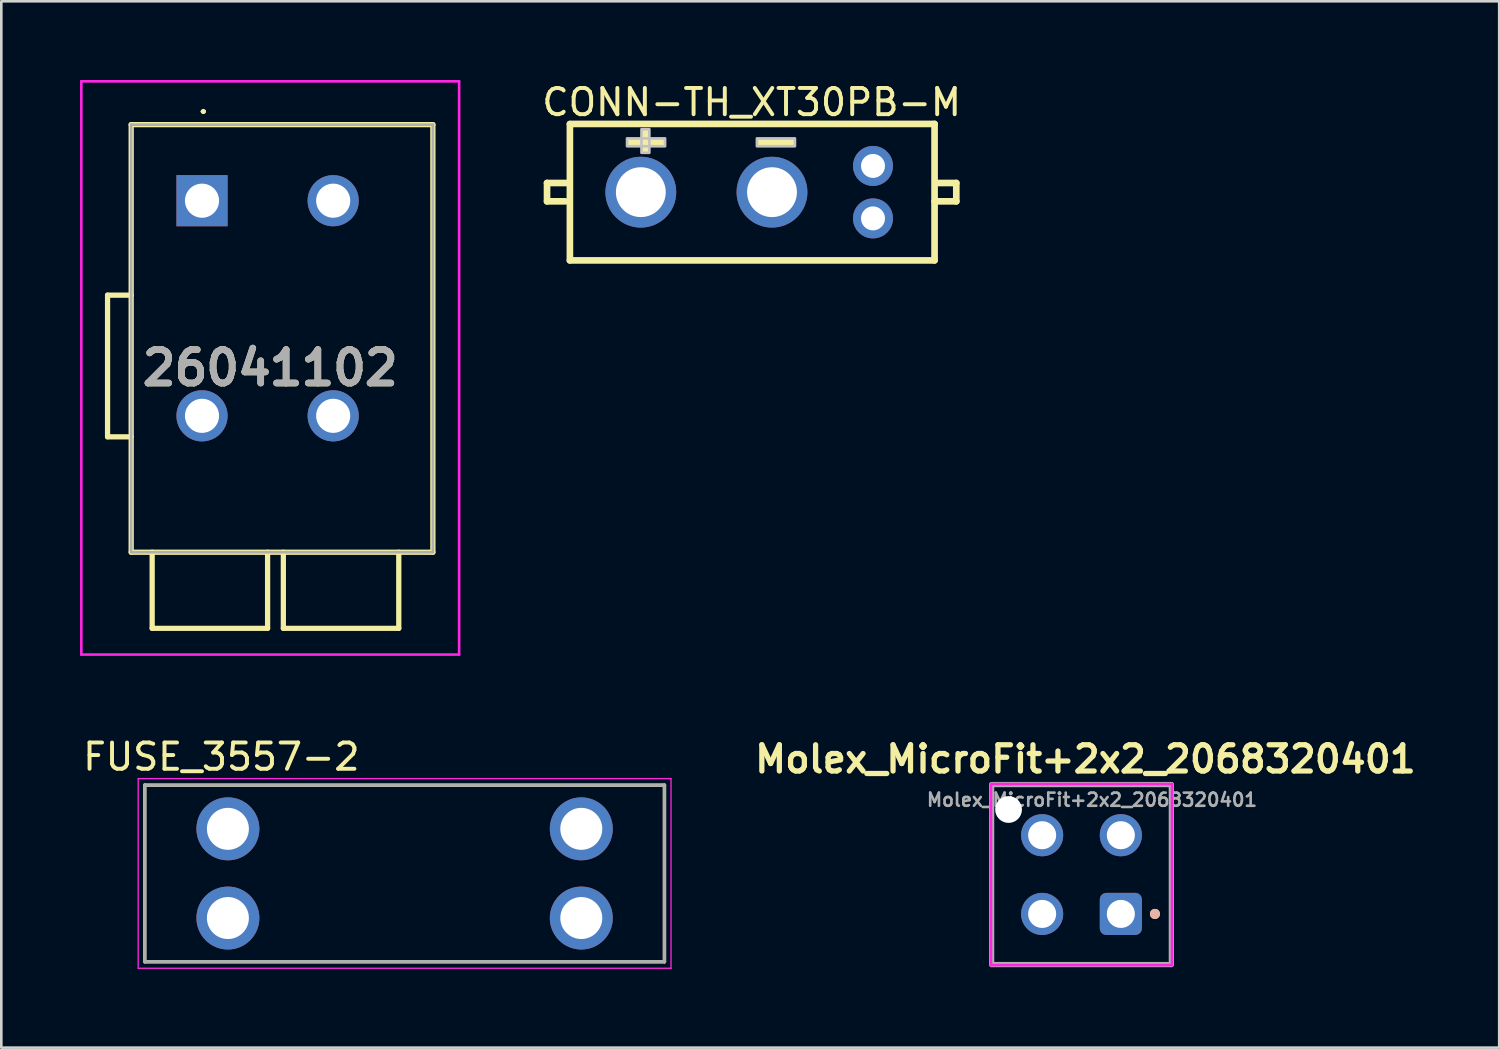
<source format=kicad_pcb>
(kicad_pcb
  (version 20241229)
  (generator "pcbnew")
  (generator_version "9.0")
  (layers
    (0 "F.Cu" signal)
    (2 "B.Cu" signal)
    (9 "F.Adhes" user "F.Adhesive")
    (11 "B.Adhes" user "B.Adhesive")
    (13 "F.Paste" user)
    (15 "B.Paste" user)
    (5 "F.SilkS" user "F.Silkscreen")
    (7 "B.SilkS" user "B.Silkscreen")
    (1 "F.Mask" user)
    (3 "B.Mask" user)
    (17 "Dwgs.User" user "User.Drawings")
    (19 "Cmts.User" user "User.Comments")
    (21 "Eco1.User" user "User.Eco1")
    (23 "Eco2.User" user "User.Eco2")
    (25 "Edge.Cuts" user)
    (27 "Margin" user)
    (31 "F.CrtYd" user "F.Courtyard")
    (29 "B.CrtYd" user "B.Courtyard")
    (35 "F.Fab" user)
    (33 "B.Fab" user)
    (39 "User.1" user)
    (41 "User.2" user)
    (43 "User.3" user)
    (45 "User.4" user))
  (footprint "FUSE_3557-2"
    (layer "F.Cu")
    (at 12.372 30.243)
    (property "Reference" "FUSE_3557-2" (at -6.985 -4.445 0) (layer "F.SilkS") (effects (font (size 1 1) (thickness 0.15))))
    (attr through_hole)
    (fp_line (start -9.905 -3.365) (end -9.905 3.365) (stroke (width 0.127) (type solid)) (layer "F.SilkS"))
    (fp_line (start -9.905 3.365) (end 9.905 3.365) (stroke (width 0.127) (type solid)) (layer "F.SilkS"))
    (fp_line (start 9.905 -3.365) (end -9.905 -3.365) (stroke (width 0.127) (type solid)) (layer "F.SilkS"))
    (fp_line (start 9.905 3.365) (end 9.905 -3.365) (stroke (width 0.127) (type solid)) (layer "F.SilkS"))
    (fp_line (start -10.155 -3.615) (end 10.155 -3.615) (stroke (width 0.05) (type solid)) (layer "F.CrtYd"))
    (fp_line (start -10.155 3.615) (end -10.155 -3.615) (stroke (width 0.05) (type solid)) (layer "F.CrtYd"))
    (fp_line (start 10.155 -3.615) (end 10.155 3.615) (stroke (width 0.05) (type solid)) (layer "F.CrtYd"))
    (fp_line (start 10.155 3.615) (end -10.155 3.615) (stroke (width 0.05) (type solid)) (layer "F.CrtYd"))
    (fp_line (start -9.905 -3.365) (end -9.905 3.365) (stroke (width 0.127) (type solid)) (layer "F.Fab"))
    (fp_line (start -9.905 3.365) (end 9.905 3.365) (stroke (width 0.127) (type solid)) (layer "F.Fab"))
    (fp_line (start 9.905 -3.365) (end -9.905 -3.365) (stroke (width 0.127) (type solid)) (layer "F.Fab"))
    (fp_line (start 9.905 3.365) (end 9.905 -3.365) (stroke (width 0.127) (type solid)) (layer "F.Fab"))
    (pad "1_1" thru_hole circle (at -6.735 -1.7) (size 2.4 2.4) (drill 1.6) (layers "*.Cu" "*.Mask"))
    (pad "1_2" thru_hole circle (at -6.735 1.7) (size 2.4 2.4) (drill 1.6) (layers "*.Cu" "*.Mask"))
    (pad "2_1" thru_hole circle (at 6.735 -1.7) (size 2.4 2.4) (drill 1.6) (layers "*.Cu" "*.Mask"))
    (pad "2_2" thru_hole circle (at 6.735 1.7) (size 2.4 2.4) (drill 1.6) (layers "*.Cu" "*.Mask")))
  (footprint "26041102"
    (layer "F.Cu")
    (at 4.65 4.6)
    (property "Reference" "26041102" (at 2.6 6.375 0) (layer "F.SilkS") (effects (font (size 1.27 1.27) (thickness 0.254))))
    (attr through_hole)
    (fp_line (start -3.6 3.6) (end -3.6 9) (stroke (width 0.2) (type solid)) (layer "F.SilkS"))
    (fp_line (start -3.6 9) (end -2.7 9) (stroke (width 0.2) (type solid)) (layer "F.SilkS"))
    (fp_line (start -2.7 -2.9) (end 8.8 -2.9) (stroke (width 0.2) (type solid)) (layer "F.SilkS"))
    (fp_line (start -2.7 3.6) (end -3.6 3.6) (stroke (width 0.2) (type solid)) (layer "F.SilkS"))
    (fp_line (start -2.7 13.4) (end -2.7 -2.9) (stroke (width 0.2) (type solid)) (layer "F.SilkS"))
    (fp_line (start -1.9 13.4) (end -1.9 16.3) (stroke (width 0.2) (type solid)) (layer "F.SilkS"))
    (fp_line (start -1.9 16.3) (end 2.5 16.3) (stroke (width 0.2) (type solid)) (layer "F.SilkS"))
    (fp_line (start 0 -3.4) (end 0 -3.4) (stroke (width 0.1) (type solid)) (layer "F.SilkS"))
    (fp_line (start 0.1 -3.4) (end 0.1 -3.4) (stroke (width 0.1) (type solid)) (layer "F.SilkS"))
    (fp_line (start 2.5 16.3) (end 2.5 13.4) (stroke (width 0.2) (type solid)) (layer "F.SilkS"))
    (fp_line (start 3.1 13.4) (end 3.1 16.3) (stroke (width 0.2) (type solid)) (layer "F.SilkS"))
    (fp_line (start 3.1 16.3) (end 7.5 16.3) (stroke (width 0.2) (type solid)) (layer "F.SilkS"))
    (fp_line (start 7.5 16.3) (end 7.5 13.4) (stroke (width 0.2) (type solid)) (layer "F.SilkS"))
    (fp_line (start 8.8 -2.9) (end 8.8 13.4) (stroke (width 0.2) (type solid)) (layer "F.SilkS"))
    (fp_line (start 8.8 13.4) (end -2.7 13.4) (stroke (width 0.2) (type solid)) (layer "F.SilkS"))
    (fp_arc (start 0 -3.4) (mid 0.05 -3.45) (end 0.1 -3.4) (stroke (width 0.1) (type solid)) (layer "F.SilkS"))
    (fp_arc (start 0.1 -3.4) (mid 0.05 -3.35) (end 0 -3.4) (stroke (width 0.1) (type solid)) (layer "F.SilkS"))
    (fp_line (start -4.6 -4.55) (end 9.8 -4.55) (stroke (width 0.1) (type solid)) (layer "F.CrtYd"))
    (fp_line (start -4.6 17.3) (end -4.6 -4.55) (stroke (width 0.1) (type solid)) (layer "F.CrtYd"))
    (fp_line (start 9.8 -4.55) (end 9.8 17.3) (stroke (width 0.1) (type solid)) (layer "F.CrtYd"))
    (fp_line (start 9.8 17.3) (end -4.6 17.3) (stroke (width 0.1) (type solid)) (layer "F.CrtYd"))
    (fp_line (start -2.7 -2.9) (end 8.8 -2.9) (stroke (width 0.1) (type solid)) (layer "F.Fab"))
    (fp_line (start -2.7 13.4) (end -2.7 -2.9) (stroke (width 0.1) (type solid)) (layer "F.Fab"))
    (fp_line (start 8.8 -2.9) (end 8.8 13.4) (stroke (width 0.1) (type solid)) (layer "F.Fab"))
    (fp_line (start 8.8 13.4) (end -2.7 13.4) (stroke (width 0.1) (type solid)) (layer "F.Fab"))
    (fp_text user "${REFERENCE}" (at 2.6 6.375 0) (layer "F.Fab") (effects (font (size 1.27 1.27) (thickness 0.254))))
    (pad "1" thru_hole rect (at 0 0) (size 1.95 1.95) (drill 1.3) (layers "*.Cu" "*.Mask"))
    (pad "2" thru_hole circle (at 0 8.2) (size 1.95 1.95) (drill 1.3) (layers "*.Cu" "*.Mask"))
    (pad "3" thru_hole circle (at 5 0) (size 1.95 1.95) (drill 1.3) (layers "*.Cu" "*.Mask"))
    (pad "4" thru_hole circle (at 5 8.2) (size 1.95 1.95) (drill 1.3) (layers "*.Cu" "*.Mask")))
  (footprint "CONN-TH_XT30PB-M"
    (layer "F.Cu")
    (at 25.801 4.275)
    (property "Reference" "CONN-TH_XT30PB-M" (at -0.2 -3.427 0) (layer "F.SilkS") (effects (font (size 1 1) (thickness 0.15))))
    (fp_line (start -8 -0.35) (end -7.172 -0.35) (stroke (width 0.254) (type default)) (layer "F.SilkS"))
    (fp_line (start -8 0.35) (end -8 -0.35) (stroke (width 0.254) (type default)) (layer "F.SilkS"))
    (fp_line (start -7.3 0.35) (end -8 0.35) (stroke (width 0.254) (type default)) (layer "F.SilkS"))
    (fp_line (start -7.128 -2.6) (end 6.772 -2.6) (stroke (width 0.254) (type default)) (layer "F.SilkS"))
    (fp_line (start -7.128 2.6) (end -7.128 -2.593) (stroke (width 0.254) (type default)) (layer "F.SilkS"))
    (fp_line (start 6.772 -2.6) (end 6.772 2.6) (stroke (width 0.254) (type default)) (layer "F.SilkS"))
    (fp_line (start 6.772 2.6) (end -7.128 2.6) (stroke (width 0.254) (type default)) (layer "F.SilkS"))
    (fp_line (start 6.9 -0.35) (end 7.6 -0.35) (stroke (width 0.254) (type default)) (layer "F.SilkS"))
    (fp_line (start 7.6 -0.35) (end 7.6 0.35) (stroke (width 0.254) (type default)) (layer "F.SilkS"))
    (fp_line (start 7.6 0.35) (end 6.772 0.35) (stroke (width 0.254) (type default)) (layer "F.SilkS"))
    (fp_poly (pts (xy -4.95 -2.05) (xy -4.95 -1.75) (xy -3.5 -1.75) (xy -3.5 -2.05)) (stroke (width 0) (type default)) (fill yes) (layer "F.SilkS"))
    (fp_poly (pts (xy -4.4 -1.5) (xy -4.1 -1.5) (xy -4.1 -2.4) (xy -4.4 -2.4)) (stroke (width 0) (type default)) (fill yes) (layer "F.SilkS"))
    (fp_poly (pts (xy 0 -2.05) (xy 0 -1.75) (xy 1.45 -1.75) (xy 1.45 -2.05)) (stroke (width 0) (type default)) (fill yes) (layer "F.SilkS"))
    (fp_poly (pts (xy -4.95 -2.05) (xy -4.95 -1.75) (xy -3.5 -1.75) (xy -3.5 -2.05)) (stroke (width 0.1) (type default)) (fill no) (layer "Dwgs.User"))
    (fp_poly (pts (xy -4.4 -1.5) (xy -4.1 -1.5) (xy -4.1 -2.4) (xy -4.4 -2.4)) (stroke (width 0.1) (type default)) (fill no) (layer "Dwgs.User"))
    (fp_poly (pts (xy 0 -2.05) (xy 0 -1.75) (xy 1.45 -1.75) (xy 1.45 -2.05)) (stroke (width 0.1) (type default)) (fill no) (layer "Dwgs.User"))
    (fp_poly (pts (xy 4.175 -1.25) (xy 4.675 -1.25) (xy 4.675 -0.75) (xy 4.175 -0.75)) (stroke (width 0.1) (type default)) (fill no) (layer "User.1"))
    (fp_poly (pts (xy 4.175 0.75) (xy 4.675 0.75) (xy 4.675 1.25) (xy 4.175 1.25)) (stroke (width 0.1) (type default)) (fill no) (layer "User.1"))
    (fp_poly (pts (xy -3.629 -0.078) (xy -3.659 -0.232) (xy -3.719 -0.377) (xy -3.807 -0.508) (xy -3.917 -0.618) (xy -4.048 -0.706) (xy -4.193 -0.766) (xy -4.347 -0.796) (xy -4.503 -0.796) (xy -4.657 -0.766) (xy -4.802 -0.706) (xy -4.933 -0.618) (xy -5.043 -0.508) (xy -5.131 -0.377) (xy -5.191 -0.232) (xy -5.221 -0.078) (xy -5.221 0.078) (xy -5.191 0.232) (xy -5.131 0.377) (xy -5.043 0.508) (xy -4.933 0.618) (xy -4.802 0.706) (xy -4.657 0.766) (xy -4.503 0.796) (xy -4.347 0.796) (xy -4.193 0.766) (xy -4.048 0.706) (xy -3.917 0.618) (xy -3.807 0.508) (xy -3.719 0.377) (xy -3.659 0.232) (xy -3.629 0.078)) (stroke (width 0.1) (type default)) (fill no) (layer "User.1"))
    (fp_poly (pts (xy 1.371 -0.078) (xy 1.341 -0.232) (xy 1.281 -0.377) (xy 1.193 -0.508) (xy 1.083 -0.618) (xy 0.952 -0.706) (xy 0.807 -0.766) (xy 0.653 -0.796) (xy 0.497 -0.796) (xy 0.343 -0.766) (xy 0.198 -0.706) (xy 0.067 -0.618) (xy -0.043 -0.508) (xy -0.131 -0.377) (xy -0.191 -0.232) (xy -0.221 -0.078) (xy -0.221 0.078) (xy -0.191 0.232) (xy -0.131 0.377) (xy -0.043 0.508) (xy 0.067 0.618) (xy 0.198 0.706) (xy 0.343 0.766) (xy 0.497 0.796) (xy 0.653 0.796) (xy 0.807 0.766) (xy 0.952 0.706) (xy 1.083 0.618) (xy 1.193 0.508) (xy 1.281 0.377) (xy 1.341 0.232) (xy 1.371 0.078)) (stroke (width 0.1) (type default)) (fill no) (layer "User.1"))
    (fp_line (start -7.128 -2.6) (end 6.772 -2.6) (stroke (width 0.051) (type default)) (layer "User.2"))
    (fp_line (start -7.128 2.6) (end -7.128 -2.6) (stroke (width 0.051) (type default)) (layer "User.2"))
    (fp_line (start 6.772 -2.6) (end 6.772 2.6) (stroke (width 0.051) (type default)) (layer "User.2"))
    (fp_line (start 6.772 2.6) (end -7.128 2.6) (stroke (width 0.051) (type default)) (layer "User.2"))
    (fp_poly (pts (xy 6.827 -2.623) (xy 6.795 -2.655) (xy 6.749 -2.655) (xy 6.717 -2.623) (xy 6.717 -2.577) (xy 6.749 -2.545) (xy 6.795 -2.545) (xy 6.827 -2.577)) (stroke (width 0.1) (type default)) (fill no) (layer "User.3"))
    (pad "1" thru_hole circle (at 4.425 -1) (size 1.524 1.524) (drill 0.914) (layers "*.Cu" "*.Mask"))
    (pad "2" thru_hole circle (at 4.425 1) (size 1.524 1.524) (drill 0.914) (layers "*.Cu" "*.Mask"))
    (pad "3" thru_hole circle (at 0.575 0) (size 2.7 2.7) (drill 1.9) (layers "*.Cu" "*.Mask"))
    (pad "4" thru_hole circle (at -4.425 0) (size 2.7 2.7) (drill 1.9) (layers "*.Cu" "*.Mask")))
  (footprint "Molex_MicroFit+2x2_2068320401"
    (layer "F.Cu")
    (at 39.673 31.786)
    (property "Reference" "Molex_MicroFit+2x2_2068320401" (at -1.35 -5.9 0) (layer "F.SilkS") (effects (font (size 1 1) (thickness 0.2) (bold yes))))
    (attr through_hole)
    (fp_line (start -4.925 -4.93) (end 1.925 -4.93) (stroke (width 0.1) (type solid)) (layer "F.SilkS"))
    (fp_line (start -4.925 1.93) (end -4.925 -4.93) (stroke (width 0.1) (type solid)) (layer "F.SilkS"))
    (fp_line (start 1.925 -4.93) (end 1.925 1.93) (stroke (width 0.1) (type solid)) (layer "F.SilkS"))
    (fp_line (start 1.925 1.93) (end -4.925 1.93) (stroke (width 0.1) (type solid)) (layer "F.SilkS"))
    (fp_circle (center 1.3 0) (end 1.4 0.1) (stroke (width 0.1) (type solid)) (fill yes) (layer "F.SilkS"))
    (fp_circle (center 1.3 0) (end 1.4 0.1) (stroke (width 0.1) (type solid)) (fill yes) (layer "B.SilkS"))
    (fp_line (start -4.95 -4.95) (end 1.95 -4.95) (stroke (width 0.1) (type solid)) (layer "F.CrtYd"))
    (fp_line (start -4.95 1.95) (end -4.95 -4.95) (stroke (width 0.1) (type solid)) (layer "F.CrtYd"))
    (fp_line (start 1.95 -4.95) (end 1.95 1.95) (stroke (width 0.1) (type solid)) (layer "F.CrtYd"))
    (fp_line (start 1.95 1.95) (end -4.95 1.95) (stroke (width 0.1) (type solid)) (layer "F.CrtYd"))
    (fp_line (start -4.925 -4.93) (end 1.925 -4.93) (stroke (width 0.2) (type solid)) (layer "F.Fab"))
    (fp_line (start -4.925 1.93) (end -4.925 -4.93) (stroke (width 0.2) (type solid)) (layer "F.Fab"))
    (fp_line (start 1.925 -4.93) (end 1.925 1.93) (stroke (width 0.2) (type solid)) (layer "F.Fab"))
    (fp_line (start 1.925 1.93) (end -4.925 1.93) (stroke (width 0.2) (type solid)) (layer "F.Fab"))
    (fp_text user "${REFERENCE}" (at -1.1 -4.35 0) (layer "F.Fab") (effects (font (size 0.5 0.5) (thickness 0.1) (bold yes))))
    (pad "" np_thru_hole circle (at -4.28 -3.98) (size 1.02 1.02) (drill 1.02) (layers "*.Cu" "*.Mask"))
    (pad "1" thru_hole roundrect (at 0 0) (size 1.605 1.605) (drill 1.07) (layers "*.Cu" "*.Mask") (roundrect_rratio 0.156))
    (pad "2" thru_hole circle (at 0 -3) (size 1.605 1.605) (drill 1.07) (layers "*.Cu" "*.Mask"))
    (pad "3" thru_hole circle (at -3 0) (size 1.605 1.605) (drill 1.07) (layers "*.Cu" "*.Mask"))
    (pad "4" thru_hole circle (at -3 -3) (size 1.605 1.605) (drill 1.07) (layers "*.Cu" "*.Mask")))
  (gr_rect
    (start -3 -3)
    (end 54.095 36.883)
    (stroke (width 0.1) (type default))
    (fill no)
    (layer "Edge.Cuts")))
</source>
